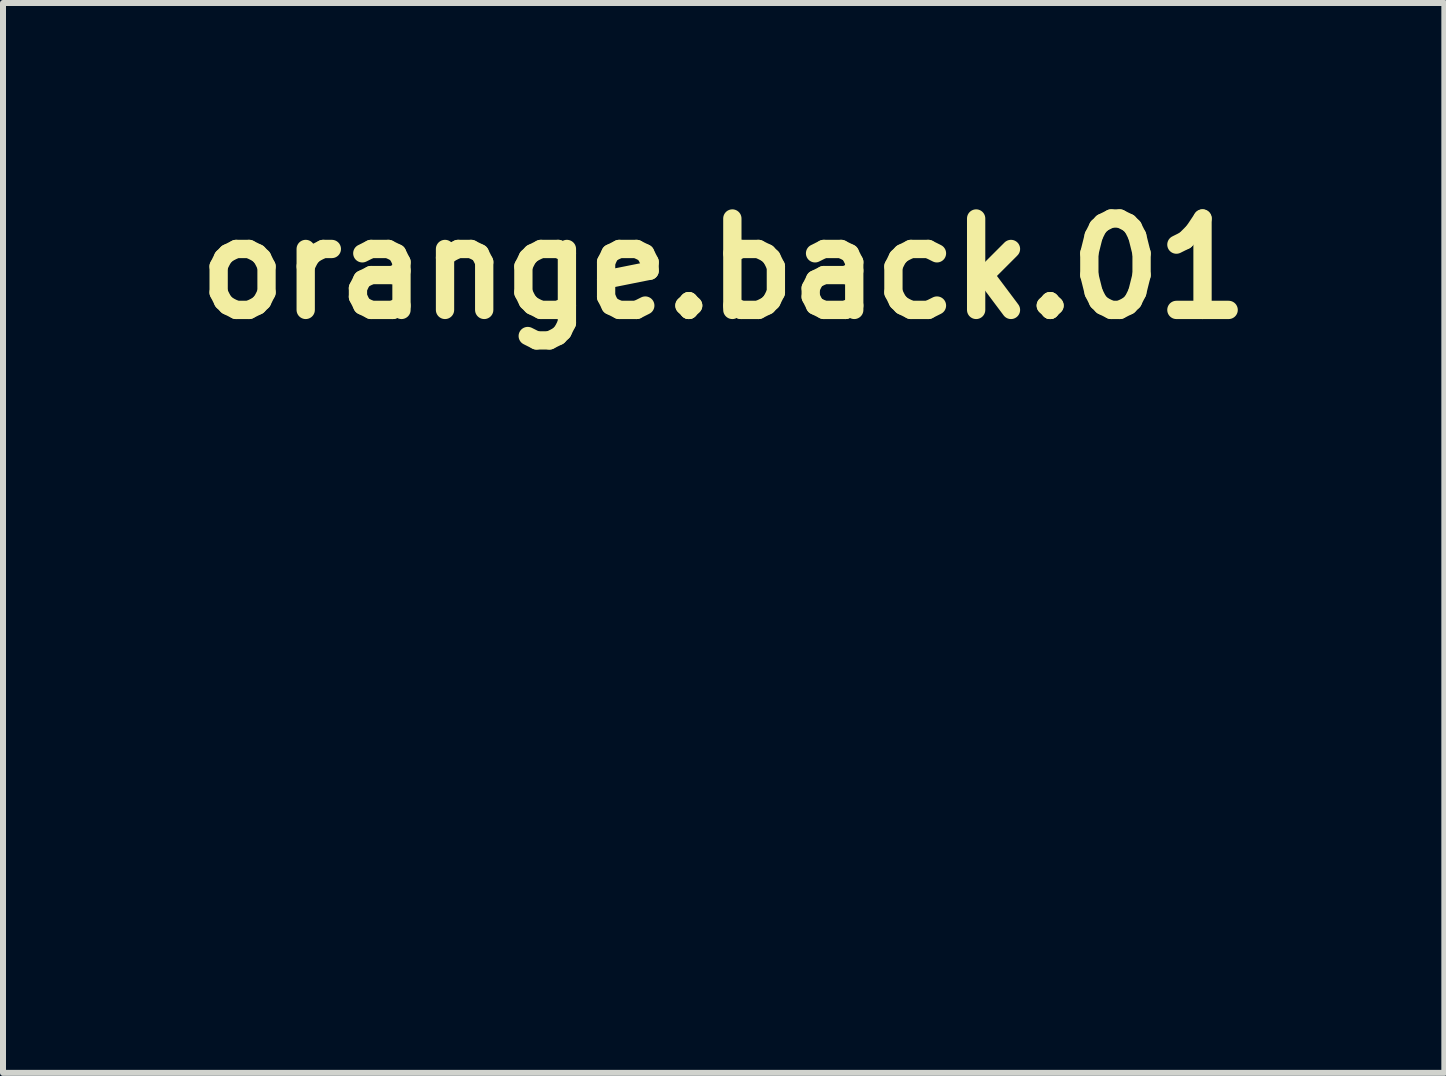
<source format=kicad_pcb>
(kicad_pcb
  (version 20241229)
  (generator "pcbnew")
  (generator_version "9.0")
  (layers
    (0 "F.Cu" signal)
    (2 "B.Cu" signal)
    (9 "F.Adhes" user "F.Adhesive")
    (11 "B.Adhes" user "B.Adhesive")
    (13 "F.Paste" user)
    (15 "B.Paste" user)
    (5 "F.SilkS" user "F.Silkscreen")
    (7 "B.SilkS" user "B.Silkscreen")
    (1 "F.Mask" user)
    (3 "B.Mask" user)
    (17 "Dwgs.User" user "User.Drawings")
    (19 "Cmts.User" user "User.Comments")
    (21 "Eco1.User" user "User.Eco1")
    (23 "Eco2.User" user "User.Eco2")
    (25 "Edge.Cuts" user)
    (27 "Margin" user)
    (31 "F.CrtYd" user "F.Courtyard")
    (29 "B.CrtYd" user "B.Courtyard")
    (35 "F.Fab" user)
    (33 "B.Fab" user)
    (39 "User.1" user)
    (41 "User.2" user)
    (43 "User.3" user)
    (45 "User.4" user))
  (footprint "orange.back.01"
    (layer "F.Cu")
    (at 9.013 8.033)
    (property "Reference" "orange.back.01" (at 0 -6.606 0) (layer "F.SilkS") (effects (font (size 1.524 1.524) (thickness 0.305))))
    (attr smd)
    (fp_poly (pts (xy 3.558 -0.000137) (xy 3.54 0.364) (xy 3.486 0.717) (xy 3.398 1.058) (xy 3.278 1.385) (xy 3.128 1.696) (xy 2.95 1.989) (xy 2.745 2.263) (xy 2.516 2.516) (xy 2.263 2.745) (xy 1.989 2.95) (xy 1.696 3.128) (xy 1.385 3.278) (xy 1.058 3.398) (xy 0.717 3.486) (xy 0.364 3.539) (xy -0.000003 3.558) (xy -0.364 3.539) (xy -0.717 3.486) (xy -1.058 3.398) (xy -1.385 3.278) (xy -1.696 3.128) (xy -1.989 2.95) (xy -2.263 2.745) (xy -2.516 2.516) (xy -2.745 2.263) (xy -2.95 1.989) (xy -3.128 1.696) (xy -3.278 1.385) (xy -3.398 1.058) (xy -3.486 0.717) (xy -3.54 0.364) (xy -3.558 -0.000137) (xy -3.54 -0.364) (xy -3.486 -0.717) (xy -3.398 -1.058) (xy -3.278 -1.385) (xy -3.128 -1.696) (xy -2.95 -1.989) (xy -2.745 -2.263) (xy -2.516 -2.516) (xy -2.263 -2.746) (xy -1.989 -2.95) (xy -1.696 -3.129) (xy -1.385 -3.278) (xy -1.058 -3.398) (xy -0.717 -3.486) (xy -0.364 -3.54) (xy 0 -3.558) (xy 0.364 -3.54) (xy 0.717 -3.486) (xy 1.058 -3.398) (xy 1.385 -3.278) (xy 1.696 -3.129) (xy 1.989 -2.95) (xy 2.263 -2.746) (xy 2.516 -2.516) (xy 2.745 -2.263) (xy 2.95 -1.989) (xy 3.128 -1.696) (xy 3.278 -1.385) (xy 3.398 -1.058) (xy 3.486 -0.717) (xy 3.54 -0.364) (xy 3.558 -0.000137) (xy 3.558 -0.000137)) (stroke (width 0.49) (type solid)) (fill yes) (layer "F.Mask")))
  (gr_rect
    (start -3 -3)
    (end 21.027 14.835)
    (stroke (width 0.1) (type default))
    (fill no)
    (layer "Edge.Cuts")))
</source>
